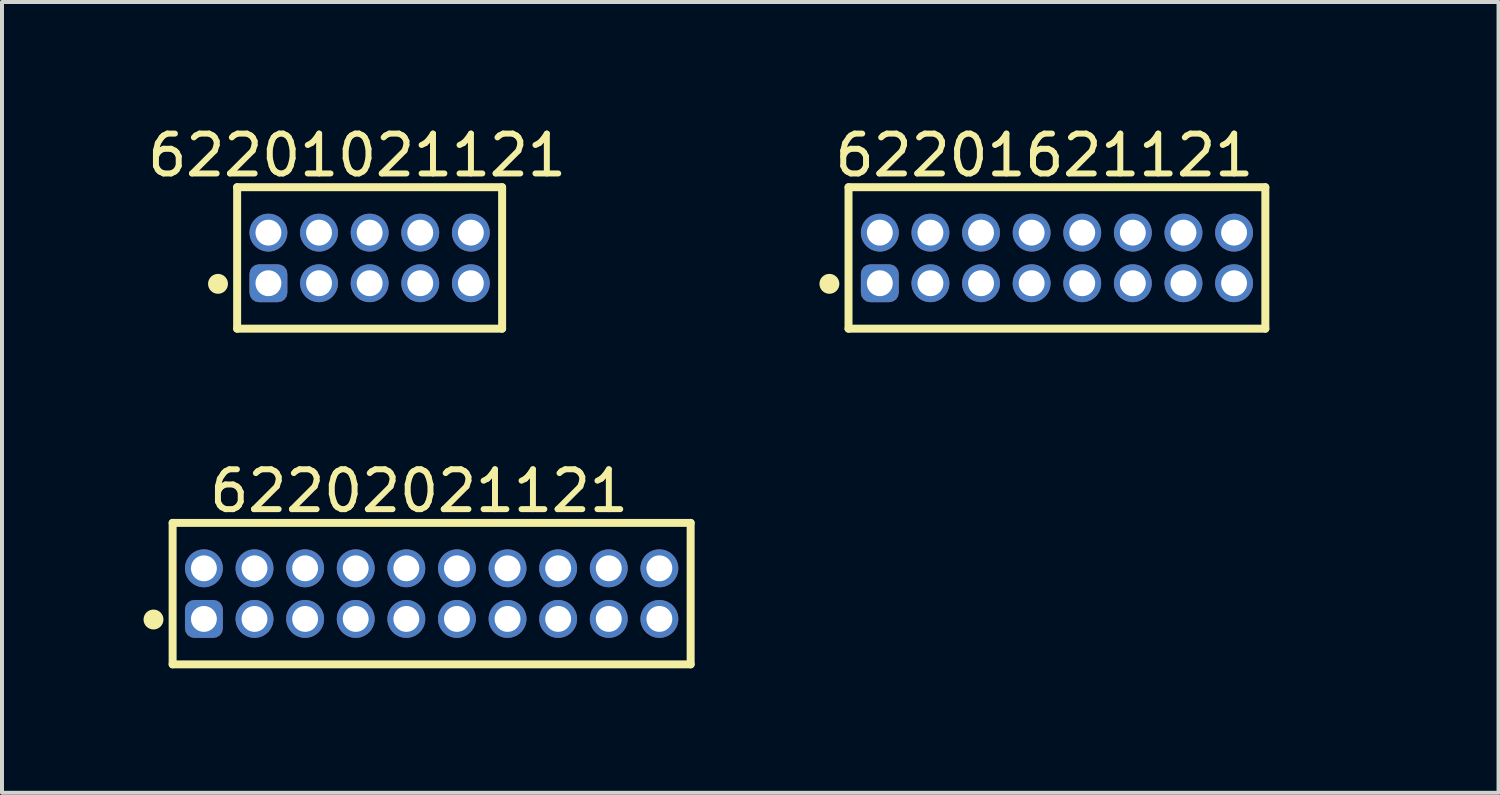
<source format=kicad_pcb>
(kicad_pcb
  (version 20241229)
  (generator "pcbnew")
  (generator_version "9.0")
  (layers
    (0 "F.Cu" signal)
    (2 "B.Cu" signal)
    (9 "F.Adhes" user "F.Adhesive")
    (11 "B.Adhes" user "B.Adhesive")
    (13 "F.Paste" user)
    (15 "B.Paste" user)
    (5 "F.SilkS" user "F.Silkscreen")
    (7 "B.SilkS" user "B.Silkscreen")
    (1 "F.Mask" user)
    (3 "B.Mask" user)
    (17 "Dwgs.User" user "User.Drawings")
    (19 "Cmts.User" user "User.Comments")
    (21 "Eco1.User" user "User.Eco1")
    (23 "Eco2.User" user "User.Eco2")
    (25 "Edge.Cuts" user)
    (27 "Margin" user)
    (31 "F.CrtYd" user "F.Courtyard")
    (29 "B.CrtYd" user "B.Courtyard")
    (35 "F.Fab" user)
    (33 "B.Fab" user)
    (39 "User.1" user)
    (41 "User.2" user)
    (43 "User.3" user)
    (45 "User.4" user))
  (footprint "62201021121"
    (layer "F.Cu")
    (at 6.226 3.423)
    (property "Reference" "62201021121" (at -0.315 -2.575 0) (layer "F.SilkS") (effects (font (size 1 1) (thickness 0.15))))
    (fp_line (start -3.325 -1.775) (end 3.325 -1.775) (stroke (width 0.2) (type solid)) (layer "F.SilkS"))
    (fp_line (start -3.325 1.775) (end -3.325 -1.775) (stroke (width 0.2) (type solid)) (layer "F.SilkS"))
    (fp_line (start -3.325 1.775) (end 3.325 1.775) (stroke (width 0.2) (type solid)) (layer "F.SilkS"))
    (fp_line (start 3.325 1.775) (end 3.325 -1.775) (stroke (width 0.2) (type solid)) (layer "F.SilkS"))
    (fp_circle (center -3.805 0.65) (end -3.805 0.525) (stroke (width 0.25) (type solid)) (fill no) (layer "F.SilkS"))
    (fp_line (start -3.525 -1.975) (end 3.525 -1.975) (stroke (width 0.05) (type solid)) (layer "Eco2.User"))
    (fp_line (start -3.525 1.975) (end -3.525 -1.975) (stroke (width 0.05) (type solid)) (layer "Eco2.User"))
    (fp_line (start -3.525 1.975) (end 3.525 1.975) (stroke (width 0.05) (type solid)) (layer "Eco2.User"))
    (fp_line (start -3.175 -1.7) (end 3.175 -1.7) (stroke (width 0.1) (type solid)) (layer "Eco2.User"))
    (fp_line (start -3.175 1.7) (end -3.175 -1.7) (stroke (width 0.1) (type solid)) (layer "Eco2.User"))
    (fp_line (start -3.175 1.7) (end 3.175 1.7) (stroke (width 0.1) (type solid)) (layer "Eco2.User"))
    (fp_line (start -0.5 0) (end 0.5 0) (stroke (width 0.05) (type solid)) (layer "Eco2.User"))
    (fp_line (start 0 0.5) (end 0 -0.5) (stroke (width 0.05) (type solid)) (layer "Eco2.User"))
    (fp_line (start 3.175 1.7) (end 3.175 -1.7) (stroke (width 0.1) (type solid)) (layer "Eco2.User"))
    (fp_line (start 3.525 1.975) (end 3.525 -1.975) (stroke (width 0.05) (type solid)) (layer "Eco2.User"))
    (fp_text user "${REFERENCE}" (at 0.12 -0.158 0) (unlocked yes) (layer "User.3") (effects (font (size 1.2 1.2) (thickness 0.12))))
    (pad "1" thru_hole roundrect (at -2.54 0.635) (size 0.95 0.95) (drill 0.65) (layers "*.Cu" "*.Mask") (roundrect_rratio 0.25))
    (pad "2" thru_hole circle (at -2.54 -0.635) (size 0.95 0.95) (drill 0.65) (layers "*.Cu" "*.Mask"))
    (pad "3" thru_hole circle (at -1.27 0.635) (size 0.95 0.95) (drill 0.65) (layers "*.Cu" "*.Mask"))
    (pad "4" thru_hole circle (at -1.27 -0.635) (size 0.95 0.95) (drill 0.65) (layers "*.Cu" "*.Mask"))
    (pad "5" thru_hole circle (at 0 0.635) (size 0.95 0.95) (drill 0.65) (layers "*.Cu" "*.Mask"))
    (pad "6" thru_hole circle (at 0 -0.635) (size 0.95 0.95) (drill 0.65) (layers "*.Cu" "*.Mask"))
    (pad "7" thru_hole circle (at 1.27 0.635) (size 0.95 0.95) (drill 0.65) (layers "*.Cu" "*.Mask"))
    (pad "8" thru_hole circle (at 1.27 -0.635) (size 0.95 0.95) (drill 0.65) (layers "*.Cu" "*.Mask"))
    (pad "9" thru_hole circle (at 2.54 0.635) (size 0.95 0.95) (drill 0.65) (layers "*.Cu" "*.Mask"))
    (pad "10" thru_hole circle (at 2.54 -0.635) (size 0.95 0.95) (drill 0.65) (layers "*.Cu" "*.Mask")))
  (footprint "62202021121"
    (layer "F.Cu")
    (at 7.782 11.847)
    (property "Reference" "62202021121" (at -0.315 -2.575 0) (layer "F.SilkS") (effects (font (size 1 1) (thickness 0.15))))
    (fp_line (start -6.5 -1.775) (end 6.5 -1.775) (stroke (width 0.2) (type solid)) (layer "F.SilkS"))
    (fp_line (start -6.5 1.775) (end -6.5 -1.775) (stroke (width 0.2) (type solid)) (layer "F.SilkS"))
    (fp_line (start -6.5 1.775) (end 6.5 1.775) (stroke (width 0.2) (type solid)) (layer "F.SilkS"))
    (fp_line (start 6.5 1.775) (end 6.5 -1.775) (stroke (width 0.2) (type solid)) (layer "F.SilkS"))
    (fp_circle (center -6.98 0.65) (end -6.98 0.525) (stroke (width 0.25) (type solid)) (fill no) (layer "F.SilkS"))
    (fp_line (start -6.7 -1.975) (end 6.7 -1.975) (stroke (width 0.05) (type solid)) (layer "Eco2.User"))
    (fp_line (start -6.7 1.975) (end -6.7 -1.975) (stroke (width 0.05) (type solid)) (layer "Eco2.User"))
    (fp_line (start -6.7 1.975) (end 6.7 1.975) (stroke (width 0.05) (type solid)) (layer "Eco2.User"))
    (fp_line (start -6.35 -1.7) (end 6.35 -1.7) (stroke (width 0.1) (type solid)) (layer "Eco2.User"))
    (fp_line (start -6.35 1.7) (end -6.35 -1.7) (stroke (width 0.1) (type solid)) (layer "Eco2.User"))
    (fp_line (start -6.35 1.7) (end 6.35 1.7) (stroke (width 0.1) (type solid)) (layer "Eco2.User"))
    (fp_line (start -0.5 0) (end 0.5 0) (stroke (width 0.05) (type solid)) (layer "Eco2.User"))
    (fp_line (start 0 0.5) (end 0 -0.5) (stroke (width 0.05) (type solid)) (layer "Eco2.User"))
    (fp_line (start 6.35 1.7) (end 6.35 -1.7) (stroke (width 0.1) (type solid)) (layer "Eco2.User"))
    (fp_line (start 6.7 1.975) (end 6.7 -1.975) (stroke (width 0.05) (type solid)) (layer "Eco2.User"))
    (fp_text user "${REFERENCE}" (at 0.15 -0.197 0) (unlocked yes) (layer "User.3") (effects (font (size 1.5 1.5) (thickness 0.15))))
    (pad "1" thru_hole roundrect (at -5.715 0.635) (size 0.95 0.95) (drill 0.65) (layers "*.Cu" "*.Mask") (roundrect_rratio 0.25))
    (pad "2" thru_hole circle (at -5.715 -0.635) (size 0.95 0.95) (drill 0.65) (layers "*.Cu" "*.Mask"))
    (pad "3" thru_hole circle (at -4.445 0.635) (size 0.95 0.95) (drill 0.65) (layers "*.Cu" "*.Mask"))
    (pad "4" thru_hole circle (at -4.445 -0.635) (size 0.95 0.95) (drill 0.65) (layers "*.Cu" "*.Mask"))
    (pad "5" thru_hole circle (at -3.175 0.635) (size 0.95 0.95) (drill 0.65) (layers "*.Cu" "*.Mask"))
    (pad "6" thru_hole circle (at -3.175 -0.635) (size 0.95 0.95) (drill 0.65) (layers "*.Cu" "*.Mask"))
    (pad "7" thru_hole circle (at -1.905 0.635) (size 0.95 0.95) (drill 0.65) (layers "*.Cu" "*.Mask"))
    (pad "8" thru_hole circle (at -1.905 -0.635) (size 0.95 0.95) (drill 0.65) (layers "*.Cu" "*.Mask"))
    (pad "9" thru_hole circle (at -0.635 0.635) (size 0.95 0.95) (drill 0.65) (layers "*.Cu" "*.Mask"))
    (pad "10" thru_hole circle (at -0.635 -0.635) (size 0.95 0.95) (drill 0.65) (layers "*.Cu" "*.Mask"))
    (pad "11" thru_hole circle (at 0.635 0.635) (size 0.95 0.95) (drill 0.65) (layers "*.Cu" "*.Mask"))
    (pad "12" thru_hole circle (at 0.635 -0.635) (size 0.95 0.95) (drill 0.65) (layers "*.Cu" "*.Mask"))
    (pad "13" thru_hole circle (at 1.905 0.635) (size 0.95 0.95) (drill 0.65) (layers "*.Cu" "*.Mask"))
    (pad "14" thru_hole circle (at 1.905 -0.635) (size 0.95 0.95) (drill 0.65) (layers "*.Cu" "*.Mask"))
    (pad "15" thru_hole circle (at 3.175 0.635) (size 0.95 0.95) (drill 0.65) (layers "*.Cu" "*.Mask"))
    (pad "16" thru_hole circle (at 3.175 -0.635) (size 0.95 0.95) (drill 0.65) (layers "*.Cu" "*.Mask"))
    (pad "17" thru_hole circle (at 4.445 0.635) (size 0.95 0.95) (drill 0.65) (layers "*.Cu" "*.Mask"))
    (pad "18" thru_hole circle (at 4.445 -0.635) (size 0.95 0.95) (drill 0.65) (layers "*.Cu" "*.Mask"))
    (pad "19" thru_hole circle (at 5.715 0.635) (size 0.95 0.95) (drill 0.65) (layers "*.Cu" "*.Mask"))
    (pad "20" thru_hole circle (at 5.715 -0.635) (size 0.95 0.95) (drill 0.65) (layers "*.Cu" "*.Mask")))
  (footprint "62201621121"
    (layer "F.Cu")
    (at 23.474 3.423)
    (property "Reference" "62201621121" (at -0.315 -2.575 0) (layer "F.SilkS") (effects (font (size 1 1) (thickness 0.15))))
    (fp_line (start -5.23 -1.775) (end 5.23 -1.775) (stroke (width 0.2) (type solid)) (layer "F.SilkS"))
    (fp_line (start -5.23 1.775) (end -5.23 -1.775) (stroke (width 0.2) (type solid)) (layer "F.SilkS"))
    (fp_line (start -5.23 1.775) (end 5.23 1.775) (stroke (width 0.2) (type solid)) (layer "F.SilkS"))
    (fp_line (start 5.23 1.775) (end 5.23 -1.775) (stroke (width 0.2) (type solid)) (layer "F.SilkS"))
    (fp_circle (center -5.71 0.65) (end -5.71 0.525) (stroke (width 0.25) (type solid)) (fill no) (layer "F.SilkS"))
    (fp_line (start -5.43 -1.975) (end 5.43 -1.975) (stroke (width 0.05) (type solid)) (layer "Eco2.User"))
    (fp_line (start -5.43 1.975) (end -5.43 -1.975) (stroke (width 0.05) (type solid)) (layer "Eco2.User"))
    (fp_line (start -5.43 1.975) (end 5.43 1.975) (stroke (width 0.05) (type solid)) (layer "Eco2.User"))
    (fp_line (start -5.08 -1.7) (end 5.08 -1.7) (stroke (width 0.1) (type solid)) (layer "Eco2.User"))
    (fp_line (start -5.08 1.7) (end -5.08 -1.7) (stroke (width 0.1) (type solid)) (layer "Eco2.User"))
    (fp_line (start -5.08 1.7) (end 5.08 1.7) (stroke (width 0.1) (type solid)) (layer "Eco2.User"))
    (fp_line (start -0.5 0) (end 0.5 0) (stroke (width 0.05) (type solid)) (layer "Eco2.User"))
    (fp_line (start 0 0.5) (end 0 -0.5) (stroke (width 0.05) (type solid)) (layer "Eco2.User"))
    (fp_line (start 5.08 1.7) (end 5.08 -1.7) (stroke (width 0.1) (type solid)) (layer "Eco2.User"))
    (fp_line (start 5.43 1.975) (end 5.43 -1.975) (stroke (width 0.05) (type solid)) (layer "Eco2.User"))
    (fp_text user "${REFERENCE}" (at 0.15 -0.197 0) (unlocked yes) (layer "User.3") (effects (font (size 1.5 1.5) (thickness 0.15))))
    (pad "1" thru_hole roundrect (at -4.445 0.635) (size 0.95 0.95) (drill 0.65) (layers "*.Cu" "*.Mask") (roundrect_rratio 0.25))
    (pad "2" thru_hole circle (at -4.445 -0.635) (size 0.95 0.95) (drill 0.65) (layers "*.Cu" "*.Mask"))
    (pad "3" thru_hole circle (at -3.175 0.635) (size 0.95 0.95) (drill 0.65) (layers "*.Cu" "*.Mask"))
    (pad "4" thru_hole circle (at -3.175 -0.635) (size 0.95 0.95) (drill 0.65) (layers "*.Cu" "*.Mask"))
    (pad "5" thru_hole circle (at -1.905 0.635) (size 0.95 0.95) (drill 0.65) (layers "*.Cu" "*.Mask"))
    (pad "6" thru_hole circle (at -1.905 -0.635) (size 0.95 0.95) (drill 0.65) (layers "*.Cu" "*.Mask"))
    (pad "7" thru_hole circle (at -0.635 0.635) (size 0.95 0.95) (drill 0.65) (layers "*.Cu" "*.Mask"))
    (pad "8" thru_hole circle (at -0.635 -0.635) (size 0.95 0.95) (drill 0.65) (layers "*.Cu" "*.Mask"))
    (pad "9" thru_hole circle (at 0.635 0.635) (size 0.95 0.95) (drill 0.65) (layers "*.Cu" "*.Mask"))
    (pad "10" thru_hole circle (at 0.635 -0.635) (size 0.95 0.95) (drill 0.65) (layers "*.Cu" "*.Mask"))
    (pad "11" thru_hole circle (at 1.905 0.635) (size 0.95 0.95) (drill 0.65) (layers "*.Cu" "*.Mask"))
    (pad "12" thru_hole circle (at 1.905 -0.635) (size 0.95 0.95) (drill 0.65) (layers "*.Cu" "*.Mask"))
    (pad "13" thru_hole circle (at 3.175 0.635) (size 0.95 0.95) (drill 0.65) (layers "*.Cu" "*.Mask"))
    (pad "14" thru_hole circle (at 3.175 -0.635) (size 0.95 0.95) (drill 0.65) (layers "*.Cu" "*.Mask"))
    (pad "15" thru_hole circle (at 4.445 0.635) (size 0.95 0.95) (drill 0.65) (layers "*.Cu" "*.Mask"))
    (pad "16" thru_hole circle (at 4.445 -0.635) (size 0.95 0.95) (drill 0.65) (layers "*.Cu" "*.Mask")))
  (gr_rect
    (start -3 -3)
    (end 34.556 16.846)
    (stroke (width 0.1) (type default))
    (fill no)
    (layer "Edge.Cuts")))
</source>
